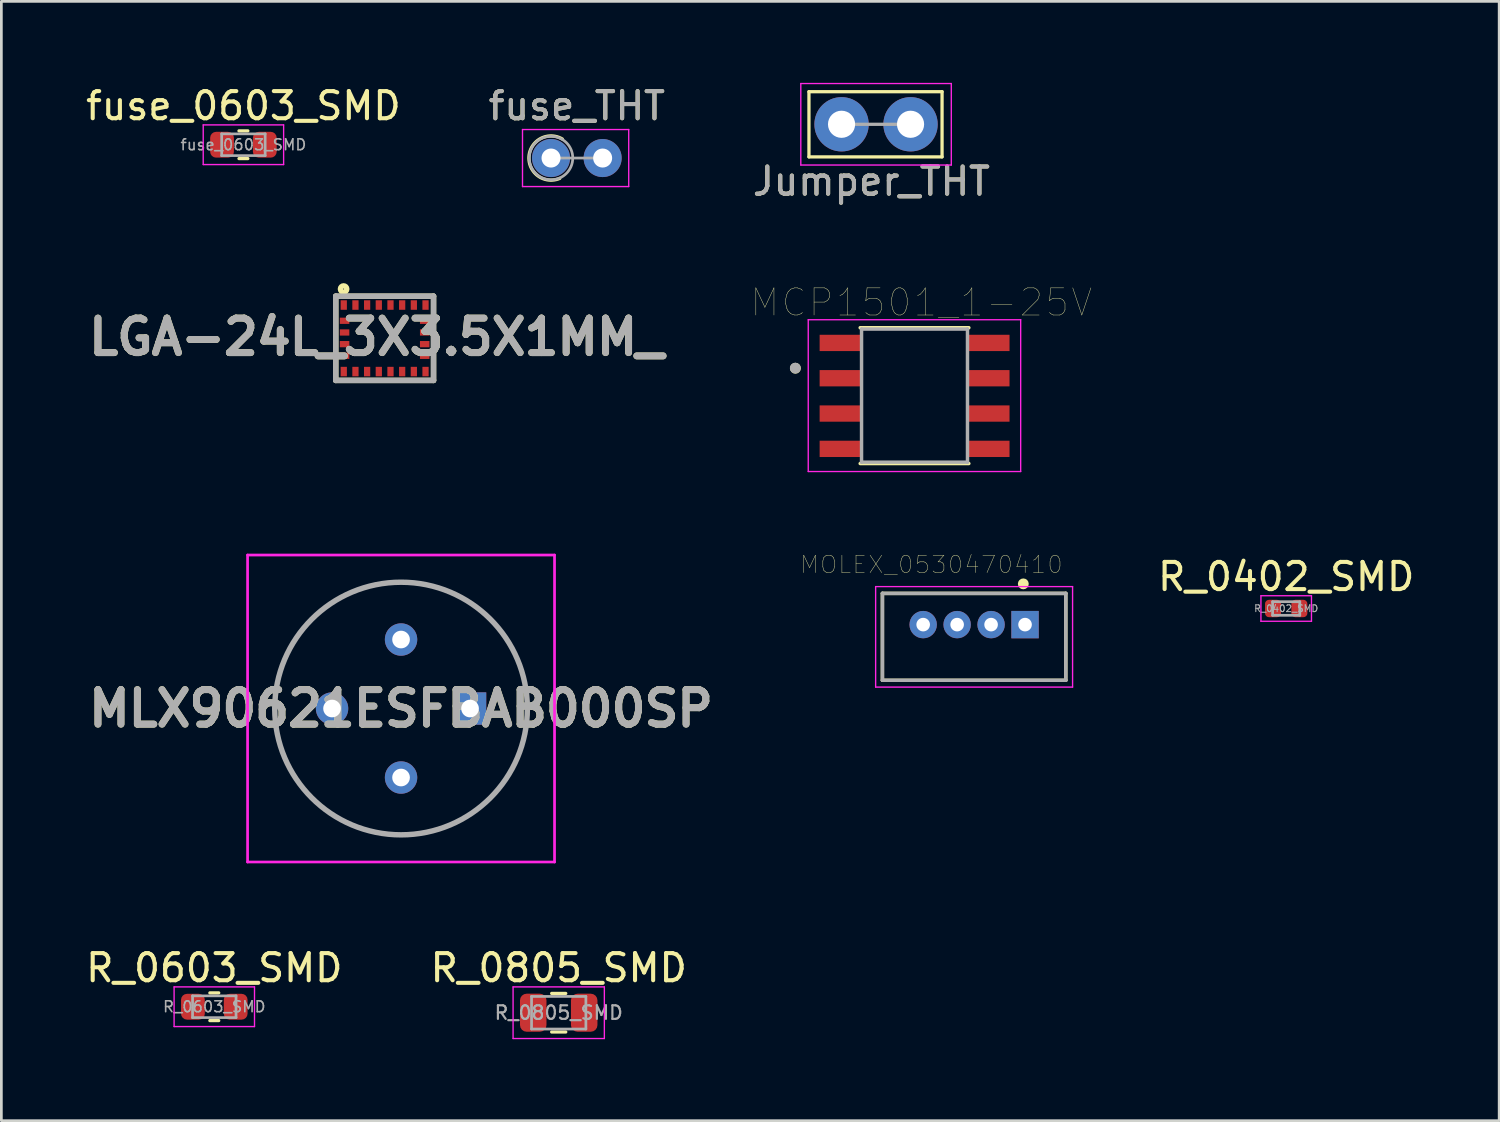
<source format=kicad_pcb>
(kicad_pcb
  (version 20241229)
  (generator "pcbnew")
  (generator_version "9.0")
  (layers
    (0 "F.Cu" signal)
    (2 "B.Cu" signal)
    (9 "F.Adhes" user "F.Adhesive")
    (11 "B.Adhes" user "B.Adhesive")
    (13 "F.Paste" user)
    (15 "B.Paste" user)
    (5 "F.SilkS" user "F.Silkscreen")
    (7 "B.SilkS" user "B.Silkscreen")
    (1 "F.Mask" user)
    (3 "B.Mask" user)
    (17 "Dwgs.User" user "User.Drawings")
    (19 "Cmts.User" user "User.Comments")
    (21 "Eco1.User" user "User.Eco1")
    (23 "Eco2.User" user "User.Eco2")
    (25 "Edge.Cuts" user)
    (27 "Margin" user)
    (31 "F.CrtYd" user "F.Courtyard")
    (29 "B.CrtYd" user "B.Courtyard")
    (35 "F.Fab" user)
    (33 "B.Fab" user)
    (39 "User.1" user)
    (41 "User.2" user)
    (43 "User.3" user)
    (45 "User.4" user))
  (footprint "MLX90621ESFBAB000SP"
    (layer "F.Cu")
    (at 14.254 23.033)
    (property "Reference" "MLX90621ESFBAB000SP" (at -2.54 0 0) (layer "F.SilkS") (effects (font (size 1.27 1.27) (thickness 0.254))))
    (attr through_hole)
    (fp_line (start -7.19 0) (end -7.19 0) (stroke (width 0.1) (type solid)) (layer "F.SilkS"))
    (fp_line (start 2.11 0) (end 2.11 0) (stroke (width 0.1) (type solid)) (layer "F.SilkS"))
    (fp_arc (start -7.19 0) (mid -2.54 -4.65) (end 2.11 0) (stroke (width 0.1) (type solid)) (layer "F.SilkS"))
    (fp_arc (start 2.11 0) (mid -2.54 4.65) (end -7.19 0) (stroke (width 0.1) (type solid)) (layer "F.SilkS"))
    (fp_line (start -8.19 -5.65) (end 3.11 -5.65) (stroke (width 0.1) (type solid)) (layer "F.CrtYd"))
    (fp_line (start -8.19 5.65) (end -8.19 -5.65) (stroke (width 0.1) (type solid)) (layer "F.CrtYd"))
    (fp_line (start 3.11 -5.65) (end 3.11 5.65) (stroke (width 0.1) (type solid)) (layer "F.CrtYd"))
    (fp_line (start 3.11 5.65) (end -8.19 5.65) (stroke (width 0.1) (type solid)) (layer "F.CrtYd"))
    (fp_line (start -7.19 0) (end -7.19 0) (stroke (width 0.2) (type solid)) (layer "F.Fab"))
    (fp_line (start 2.11 0) (end 2.11 0) (stroke (width 0.2) (type solid)) (layer "F.Fab"))
    (fp_arc (start -7.19 0) (mid -2.54 -4.65) (end 2.11 0) (stroke (width 0.2) (type solid)) (layer "F.Fab"))
    (fp_arc (start 2.11 0) (mid -2.54 4.65) (end -7.19 0) (stroke (width 0.2) (type solid)) (layer "F.Fab"))
    (fp_text user "${REFERENCE}" (at -2.54 0 0) (layer "F.Fab") (effects (font (size 1.27 1.27) (thickness 0.254))))
    (pad "1" thru_hole rect (at 0 0) (size 1.192 1.192) (drill 0.65) (layers "*.Cu" "*.Mask"))
    (pad "2" thru_hole circle (at -2.54 -2.54) (size 1.192 1.192) (drill 0.65) (layers "*.Cu" "*.Mask"))
    (pad "3" thru_hole circle (at -5.08 0) (size 1.192 1.192) (drill 0.65) (layers "*.Cu" "*.Mask"))
    (pad "4" thru_hole circle (at -2.54 2.54) (size 1.192 1.192) (drill 0.65) (layers "*.Cu" "*.Mask")))
  (footprint "LGA-24L_3X3.5X1MM_"
    (layer "F.Cu")
    (at 11.11 9.404)
    (property "Reference" "LGA-24L_3X3.5X1MM_" (at -0.303 -0.048 0) (layer "F.SilkS") (effects (font (size 1.27 1.27) (thickness 0.254))))
    (attr smd)
    (fp_line (start -1.8 -1.55) (end 1.8 -1.55) (stroke (width 0.2) (type solid)) (layer "F.SilkS"))
    (fp_line (start -1.8 1.55) (end -1.8 -1.55) (stroke (width 0.2) (type solid)) (layer "F.SilkS"))
    (fp_line (start 1.8 -1.55) (end 1.8 1.55) (stroke (width 0.2) (type solid)) (layer "F.SilkS"))
    (fp_line (start 1.8 1.55) (end -1.8 1.55) (stroke (width 0.2) (type solid)) (layer "F.SilkS"))
    (fp_circle (center -1.511 -1.814) (end -1.511 -1.797) (stroke (width 0.2) (type solid)) (fill no) (layer "F.SilkS"))
    (fp_line (start -1.8 -1.55) (end 1.8 -1.55) (stroke (width 0.2) (type solid)) (layer "F.Fab"))
    (fp_line (start -1.8 1.55) (end -1.8 -1.55) (stroke (width 0.2) (type solid)) (layer "F.Fab"))
    (fp_line (start 1.8 -1.55) (end 1.8 1.55) (stroke (width 0.2) (type solid)) (layer "F.Fab"))
    (fp_line (start 1.8 1.55) (end -1.8 1.55) (stroke (width 0.2) (type solid)) (layer "F.Fab"))
    (fp_text user "${REFERENCE}" (at -0.303 -0.048 0) (layer "F.Fab") (effects (font (size 1.27 1.27) (thickness 0.254))))
    (pad "1" smd rect (at -1.505 -1.225) (size 0.23 0.35) (layers "F.Cu" "F.Mask" "F.Paste"))
    (pad "2" smd rect (at -1.475 -0.645 90) (size 0.23 0.35) (layers "F.Cu" "F.Mask" "F.Paste"))
    (pad "3" smd rect (at -1.475 -0.215 90) (size 0.23 0.35) (layers "F.Cu" "F.Mask" "F.Paste"))
    (pad "4" smd rect (at -1.475 0.215 90) (size 0.23 0.35) (layers "F.Cu" "F.Mask" "F.Paste"))
    (pad "5" smd rect (at -1.475 0.645 90) (size 0.23 0.35) (layers "F.Cu" "F.Mask" "F.Paste"))
    (pad "6" smd rect (at -1.505 1.225) (size 0.23 0.35) (layers "F.Cu" "F.Mask" "F.Paste"))
    (pad "7" smd rect (at -1.075 1.225) (size 0.23 0.35) (layers "F.Cu" "F.Mask" "F.Paste"))
    (pad "8" smd rect (at -0.645 1.225) (size 0.23 0.35) (layers "F.Cu" "F.Mask" "F.Paste"))
    (pad "9" smd rect (at -0.215 1.225) (size 0.23 0.35) (layers "F.Cu" "F.Mask" "F.Paste"))
    (pad "10" smd rect (at 0.215 1.225) (size 0.23 0.35) (layers "F.Cu" "F.Mask" "F.Paste"))
    (pad "11" smd rect (at 0.645 1.225) (size 0.23 0.35) (layers "F.Cu" "F.Mask" "F.Paste"))
    (pad "12" smd rect (at 1.075 1.225) (size 0.23 0.35) (layers "F.Cu" "F.Mask" "F.Paste"))
    (pad "13" smd rect (at 1.505 1.225) (size 0.23 0.35) (layers "F.Cu" "F.Mask" "F.Paste"))
    (pad "14" smd rect (at 1.475 0.645 90) (size 0.23 0.35) (layers "F.Cu" "F.Mask" "F.Paste"))
    (pad "15" smd rect (at 1.475 0.215 90) (size 0.23 0.35) (layers "F.Cu" "F.Mask" "F.Paste"))
    (pad "16" smd rect (at 1.475 -0.215 90) (size 0.23 0.35) (layers "F.Cu" "F.Mask" "F.Paste"))
    (pad "17" smd rect (at 1.475 -0.645 90) (size 0.23 0.35) (layers "F.Cu" "F.Mask" "F.Paste"))
    (pad "18" smd rect (at 1.505 -1.225) (size 0.23 0.35) (layers "F.Cu" "F.Mask" "F.Paste"))
    (pad "19" smd rect (at 1.075 -1.225) (size 0.23 0.35) (layers "F.Cu" "F.Mask" "F.Paste"))
    (pad "20" smd rect (at 0.645 -1.225) (size 0.23 0.35) (layers "F.Cu" "F.Mask" "F.Paste"))
    (pad "21" smd rect (at 0.215 -1.225) (size 0.23 0.35) (layers "F.Cu" "F.Mask" "F.Paste"))
    (pad "22" smd rect (at -0.215 -1.225) (size 0.23 0.35) (layers "F.Cu" "F.Mask" "F.Paste"))
    (pad "23" smd rect (at -0.645 -1.225) (size 0.23 0.35) (layers "F.Cu" "F.Mask" "F.Paste"))
    (pad "24" smd rect (at -1.075 -1.225) (size 0.23 0.35) (layers "F.Cu" "F.Mask" "F.Paste")))
  (footprint "Jumper_THT"
    (layer "F.Cu")
    (at 27.93 1.525)
    (property "Reference" "Jumper_THT" (at 1.1 2.1 0) (layer "F.SilkS") (effects (font (size 1 1) (thickness 0.15))))
    (attr through_hole)
    (fp_line (start -1.2 -1.2) (end -1.2 1.2) (stroke (width 0.12) (type solid)) (layer "F.SilkS"))
    (fp_line (start -1.2 1.2) (end 3.7 1.2) (stroke (width 0.12) (type solid)) (layer "F.SilkS"))
    (fp_line (start 3.7 -1.2) (end -1.2 -1.2) (stroke (width 0.12) (type solid)) (layer "F.SilkS"))
    (fp_line (start 3.7 1.2) (end 3.7 -1.2) (stroke (width 0.12) (type solid)) (layer "F.SilkS"))
    (fp_line (start -1.5 -1.5) (end -1.5 1.5) (stroke (width 0.05) (type solid)) (layer "F.CrtYd"))
    (fp_line (start -1.5 -1.5) (end 4.04 -1.5) (stroke (width 0.05) (type solid)) (layer "F.CrtYd"))
    (fp_line (start 4.04 1.5) (end -1.5 1.5) (stroke (width 0.05) (type solid)) (layer "F.CrtYd"))
    (fp_line (start 4.04 1.5) (end 4.04 -1.5) (stroke (width 0.05) (type solid)) (layer "F.CrtYd"))
    (fp_line (start 2.54 0) (end 0 0) (stroke (width 0.12) (type solid)) (layer "F.Fab"))
    (fp_text user "${REFERENCE}" (at 1.1 2.1 0) (layer "F.Fab") (effects (font (size 1 1) (thickness 0.15))))
    (pad "1" thru_hole circle (at 0 0) (size 2 2) (drill 1) (layers "*.Cu" "*.Mask"))
    (pad "1" thru_hole circle (at 2.54 0) (size 2 2) (drill 1) (layers "*.Cu" "*.Mask")))
  (footprint "R_0805_SMD"
    (layer "F.Cu")
    (at 17.518 34.231)
    (property "Reference" "R_0805_SMD" (at 0 -1.65 0) (layer "F.SilkS") (effects (font (size 1 1) (thickness 0.15))))
    (attr smd)
    (fp_line (start -0.259 -0.71) (end 0.259 -0.71) (stroke (width 0.12) (type solid)) (layer "F.SilkS"))
    (fp_line (start -0.259 0.71) (end 0.259 0.71) (stroke (width 0.12) (type solid)) (layer "F.SilkS"))
    (fp_line (start -1.68 -0.95) (end 1.68 -0.95) (stroke (width 0.05) (type solid)) (layer "F.CrtYd"))
    (fp_line (start -1.68 0.95) (end -1.68 -0.95) (stroke (width 0.05) (type solid)) (layer "F.CrtYd"))
    (fp_line (start 1.68 -0.95) (end 1.68 0.95) (stroke (width 0.05) (type solid)) (layer "F.CrtYd"))
    (fp_line (start 1.68 0.95) (end -1.68 0.95) (stroke (width 0.05) (type solid)) (layer "F.CrtYd"))
    (fp_line (start -1 -0.6) (end 1 -0.6) (stroke (width 0.1) (type solid)) (layer "F.Fab"))
    (fp_line (start -1 0.6) (end -1 -0.6) (stroke (width 0.1) (type solid)) (layer "F.Fab"))
    (fp_line (start 1 -0.6) (end 1 0.6) (stroke (width 0.1) (type solid)) (layer "F.Fab"))
    (fp_line (start 1 0.6) (end -1 0.6) (stroke (width 0.1) (type solid)) (layer "F.Fab"))
    (fp_text user "${REFERENCE}" (at 0 0 0) (layer "F.Fab") (effects (font (size 0.5 0.5) (thickness 0.08))))
    (pad "1" smd roundrect (at -0.938 0) (size 0.975 1.4) (layers "F.Cu" "F.Mask" "F.Paste") (roundrect_rratio 0.25))
    (pad "2" smd roundrect (at 0.938 0) (size 0.975 1.4) (layers "F.Cu" "F.Mask" "F.Paste") (roundrect_rratio 0.25)))
  (footprint "MOLEX_0530470410"
    (layer "F.Cu")
    (at 32.81 19.944)
    (property "Reference" "MOLEX_0530470410" (at -1.57 -2.21 0) (layer "F.SilkS") (effects (font (size 0.641 0.641) (thickness 0.015))))
    (attr through_hole)
    (fp_line (start -3.375 -1.15) (end 3.375 -1.15) (stroke (width 0.127) (type solid)) (layer "F.SilkS"))
    (fp_line (start -3.375 2.05) (end -3.375 -1.15) (stroke (width 0.127) (type solid)) (layer "F.SilkS"))
    (fp_line (start 3.375 -1.15) (end 3.375 2.05) (stroke (width 0.127) (type solid)) (layer "F.SilkS"))
    (fp_line (start 3.375 2.05) (end -3.375 2.05) (stroke (width 0.127) (type solid)) (layer "F.SilkS"))
    (fp_circle (center 1.811 -1.5) (end 1.911 -1.5) (stroke (width 0.2) (type solid)) (fill no) (layer "F.SilkS"))
    (fp_line (start -3.625 -1.4) (end 3.625 -1.4) (stroke (width 0.05) (type solid)) (layer "F.CrtYd"))
    (fp_line (start -3.625 2.3) (end -3.625 -1.4) (stroke (width 0.05) (type solid)) (layer "F.CrtYd"))
    (fp_line (start 3.625 -1.4) (end 3.625 2.3) (stroke (width 0.05) (type solid)) (layer "F.CrtYd"))
    (fp_line (start 3.625 2.3) (end -3.625 2.3) (stroke (width 0.05) (type solid)) (layer "F.CrtYd"))
    (fp_line (start -3.375 -1.15) (end 3.375 -1.15) (stroke (width 0.127) (type solid)) (layer "F.Fab"))
    (fp_line (start -3.375 2.05) (end -3.375 -1.15) (stroke (width 0.127) (type solid)) (layer "F.Fab"))
    (fp_line (start 3.375 -1.15) (end 3.375 2.05) (stroke (width 0.127) (type solid)) (layer "F.Fab"))
    (fp_line (start 3.375 2.05) (end -3.375 2.05) (stroke (width 0.127) (type solid)) (layer "F.Fab"))
    (pad "1" thru_hole rect (at 1.875 0) (size 1.008 1.008) (drill 0.5) (layers "*.Cu" "*.Mask"))
    (pad "2" thru_hole circle (at 0.625 0) (size 1.008 1.008) (drill 0.5) (layers "*.Cu" "*.Mask"))
    (pad "3" thru_hole circle (at -0.625 0) (size 1.008 1.008) (drill 0.5) (layers "*.Cu" "*.Mask"))
    (pad "4" thru_hole circle (at -1.875 0) (size 1.008 1.008) (drill 0.5) (layers "*.Cu" "*.Mask")))
  (footprint "R_0402_SMD"
    (layer "F.Cu")
    (at 44.299 19.351)
    (property "Reference" "R_0402_SMD" (at 0 -1.17 0) (layer "F.SilkS") (effects (font (size 1 1) (thickness 0.15))))
    (attr smd)
    (fp_line (start -0.93 -0.47) (end 0.93 -0.47) (stroke (width 0.05) (type solid)) (layer "F.CrtYd"))
    (fp_line (start -0.93 0.47) (end -0.93 -0.47) (stroke (width 0.05) (type solid)) (layer "F.CrtYd"))
    (fp_line (start 0.93 -0.47) (end 0.93 0.47) (stroke (width 0.05) (type solid)) (layer "F.CrtYd"))
    (fp_line (start 0.93 0.47) (end -0.93 0.47) (stroke (width 0.05) (type solid)) (layer "F.CrtYd"))
    (fp_line (start -0.5 -0.25) (end 0.5 -0.25) (stroke (width 0.1) (type solid)) (layer "F.Fab"))
    (fp_line (start -0.5 0.25) (end -0.5 -0.25) (stroke (width 0.1) (type solid)) (layer "F.Fab"))
    (fp_line (start 0.5 -0.25) (end 0.5 0.25) (stroke (width 0.1) (type solid)) (layer "F.Fab"))
    (fp_line (start 0.5 0.25) (end -0.5 0.25) (stroke (width 0.1) (type solid)) (layer "F.Fab"))
    (fp_text user "${REFERENCE}" (at 0 0 0) (layer "F.Fab") (effects (font (size 0.25 0.25) (thickness 0.04))))
    (pad "1" smd roundrect (at -0.485 0) (size 0.59 0.64) (layers "F.Cu" "F.Mask" "F.Paste") (roundrect_rratio 0.25))
    (pad "2" smd roundrect (at 0.485 0) (size 0.59 0.64) (layers "F.Cu" "F.Mask" "F.Paste") (roundrect_rratio 0.25)))
  (footprint "fuse_0603_SMD"
    (layer "F.Cu")
    (at 5.911 2.278)
    (property "Reference" "fuse_0603_SMD" (at 0 -1.43 0) (layer "F.SilkS") (effects (font (size 1 1) (thickness 0.15))))
    (attr smd)
    (fp_line (start -0.163 -0.51) (end 0.163 -0.51) (stroke (width 0.12) (type solid)) (layer "F.SilkS"))
    (fp_line (start -0.163 0.51) (end 0.163 0.51) (stroke (width 0.12) (type solid)) (layer "F.SilkS"))
    (fp_line (start -1.48 -0.73) (end 1.48 -0.73) (stroke (width 0.05) (type solid)) (layer "F.CrtYd"))
    (fp_line (start -1.48 0.73) (end -1.48 -0.73) (stroke (width 0.05) (type solid)) (layer "F.CrtYd"))
    (fp_line (start 1.48 -0.73) (end 1.48 0.73) (stroke (width 0.05) (type solid)) (layer "F.CrtYd"))
    (fp_line (start 1.48 0.73) (end -1.48 0.73) (stroke (width 0.05) (type solid)) (layer "F.CrtYd"))
    (fp_line (start -0.8 -0.4) (end 0.8 -0.4) (stroke (width 0.1) (type solid)) (layer "F.Fab"))
    (fp_line (start -0.8 0.4) (end -0.8 -0.4) (stroke (width 0.1) (type solid)) (layer "F.Fab"))
    (fp_line (start 0.8 -0.4) (end 0.8 0.4) (stroke (width 0.1) (type solid)) (layer "F.Fab"))
    (fp_line (start 0.8 0.4) (end -0.8 0.4) (stroke (width 0.1) (type solid)) (layer "F.Fab"))
    (fp_text user "${REFERENCE}" (at 0 0 0) (layer "F.Fab") (effects (font (size 0.4 0.4) (thickness 0.06))))
    (pad "1" smd roundrect (at -0.787 0) (size 0.875 0.95) (layers "F.Cu" "F.Mask" "F.Paste") (roundrect_rratio 0.25))
    (pad "2" smd roundrect (at 0.787 0) (size 0.875 0.95) (layers "F.Cu" "F.Mask" "F.Paste") (roundrect_rratio 0.25)))
  (footprint "R_0603_SMD"
    (layer "F.Cu")
    (at 4.839 34.011)
    (property "Reference" "R_0603_SMD" (at 0 -1.43 0) (layer "F.SilkS") (effects (font (size 1 1) (thickness 0.15))))
    (attr smd)
    (fp_line (start -0.163 -0.51) (end 0.163 -0.51) (stroke (width 0.12) (type solid)) (layer "F.SilkS"))
    (fp_line (start -0.163 0.51) (end 0.163 0.51) (stroke (width 0.12) (type solid)) (layer "F.SilkS"))
    (fp_line (start -1.48 -0.73) (end 1.48 -0.73) (stroke (width 0.05) (type solid)) (layer "F.CrtYd"))
    (fp_line (start -1.48 0.73) (end -1.48 -0.73) (stroke (width 0.05) (type solid)) (layer "F.CrtYd"))
    (fp_line (start 1.48 -0.73) (end 1.48 0.73) (stroke (width 0.05) (type solid)) (layer "F.CrtYd"))
    (fp_line (start 1.48 0.73) (end -1.48 0.73) (stroke (width 0.05) (type solid)) (layer "F.CrtYd"))
    (fp_line (start -0.8 -0.4) (end 0.8 -0.4) (stroke (width 0.1) (type solid)) (layer "F.Fab"))
    (fp_line (start -0.8 0.4) (end -0.8 -0.4) (stroke (width 0.1) (type solid)) (layer "F.Fab"))
    (fp_line (start 0.8 -0.4) (end 0.8 0.4) (stroke (width 0.1) (type solid)) (layer "F.Fab"))
    (fp_line (start 0.8 0.4) (end -0.8 0.4) (stroke (width 0.1) (type solid)) (layer "F.Fab"))
    (fp_text user "${REFERENCE}" (at 0 0 0) (layer "F.Fab") (effects (font (size 0.4 0.4) (thickness 0.06))))
    (pad "1" smd roundrect (at -0.787 0) (size 0.875 0.95) (layers "F.Cu" "F.Mask" "F.Paste") (roundrect_rratio 0.25))
    (pad "2" smd roundrect (at 0.787 0) (size 0.875 0.95) (layers "F.Cu" "F.Mask" "F.Paste") (roundrect_rratio 0.25)))
  (footprint "fuse_THT"
    (layer "F.Cu")
    (at 17.235 2.768)
    (property "Reference" "fuse_THT" (at 0.95 -1.92 0) (layer "F.SilkS") (effects (font (size 1 1) (thickness 0.15))))
    (attr through_hole)
    (fp_arc (start 0.320095 0.749359) (mid -0.813042 -0.054435) (end 0.417133 -0.7) (stroke (width 0.12) (type solid)) (layer "F.SilkS"))
    (fp_line (start -1.05 -1.05) (end -1.05 1.05) (stroke (width 0.05) (type solid)) (layer "F.CrtYd"))
    (fp_line (start -1.05 1.05) (end 2.86 1.05) (stroke (width 0.05) (type solid)) (layer "F.CrtYd"))
    (fp_line (start 2.86 -1.05) (end -1.05 -1.05) (stroke (width 0.05) (type solid)) (layer "F.CrtYd"))
    (fp_line (start 2.86 1.05) (end 2.86 -1.05) (stroke (width 0.05) (type solid)) (layer "F.CrtYd"))
    (fp_line (start 0 0) (end 1.9 0) (stroke (width 0.1) (type solid)) (layer "F.Fab"))
    (fp_circle (center 0 0) (end 0.8 0) (stroke (width 0.1) (type solid)) (fill no) (layer "F.Fab"))
    (fp_text user "${REFERENCE}" (at 0.95 -1.92 0) (layer "F.Fab") (effects (font (size 1 1) (thickness 0.15))))
    (pad "1" thru_hole circle (at 0 0) (size 1.4 1.4) (drill 0.7) (layers "*.Cu" "*.Mask"))
    (pad "2" thru_hole oval (at 1.9 0) (size 1.4 1.4) (drill 0.7) (layers "*.Cu" "*.Mask")))
  (footprint "MCP1501_1-25V"
    (layer "F.Cu")
    (at 30.616 11.514)
    (property "Reference" "MCP1501_1-25V" (at 0.254 -3.429 180) (layer "F.SilkS") (effects (font (size 1 1) (thickness 0.015))))
    (attr through_hole)
    (fp_line (start -2 -2.5) (end 2 -2.5) (stroke (width 0.127) (type solid)) (layer "F.SilkS"))
    (fp_line (start -2 2.5) (end 2 2.5) (stroke (width 0.127) (type solid)) (layer "F.SilkS"))
    (fp_circle (center -4.384 -1.008) (end -4.284 -1.008) (stroke (width 0.2) (type solid)) (fill no) (layer "F.SilkS"))
    (fp_line (start -3.912 -2.794) (end -3.912 2.794) (stroke (width 0.05) (type solid)) (layer "F.CrtYd"))
    (fp_line (start -3.912 -2.794) (end 3.908 -2.794) (stroke (width 0.05) (type solid)) (layer "F.CrtYd"))
    (fp_line (start -3.912 2.794) (end 3.908 2.794) (stroke (width 0.05) (type solid)) (layer "F.CrtYd"))
    (fp_line (start 3.908 -2.794) (end 3.908 2.794) (stroke (width 0.05) (type solid)) (layer "F.CrtYd"))
    (fp_line (start -1.95 -2.45) (end -1.95 2.45) (stroke (width 0.127) (type solid)) (layer "F.Fab"))
    (fp_line (start -1.95 -2.45) (end 1.95 -2.45) (stroke (width 0.127) (type solid)) (layer "F.Fab"))
    (fp_line (start -1.95 2.45) (end 1.95 2.45) (stroke (width 0.127) (type solid)) (layer "F.Fab"))
    (fp_line (start 1.95 -2.45) (end 1.95 2.45) (stroke (width 0.127) (type solid)) (layer "F.Fab"))
    (fp_circle (center -4.389 -1.013) (end -4.289 -1.013) (stroke (width 0.2) (type solid)) (fill no) (layer "F.Fab"))
    (pad "1" smd rect (at -2.718 -1.94) (size 1.55 0.6) (layers "F.Cu" "F.Mask" "F.Paste"))
    (pad "2" smd rect (at -2.718 -0.64) (size 1.55 0.6) (layers "F.Cu" "F.Mask" "F.Paste"))
    (pad "3" smd rect (at -2.718 0.66) (size 1.55 0.6) (layers "F.Cu" "F.Mask" "F.Paste"))
    (pad "4" smd rect (at -2.718 1.96) (size 1.55 0.6) (layers "F.Cu" "F.Mask" "F.Paste"))
    (pad "5" smd rect (at 2.723 1.96) (size 1.55 0.6) (layers "F.Cu" "F.Mask" "F.Paste"))
    (pad "6" smd rect (at 2.723 0.66) (size 1.55 0.6) (layers "F.Cu" "F.Mask" "F.Paste"))
    (pad "7" smd rect (at 2.723 -0.64) (size 1.55 0.6) (layers "F.Cu" "F.Mask" "F.Paste"))
    (pad "8" smd rect (at 2.723 -1.94) (size 1.55 0.6) (layers "F.Cu" "F.Mask" "F.Paste")))
  (gr_rect
    (start -3 -3)
    (end 52.139 38.206)
    (stroke (width 0.1) (type default))
    (fill no)
    (layer "Edge.Cuts")))
</source>
